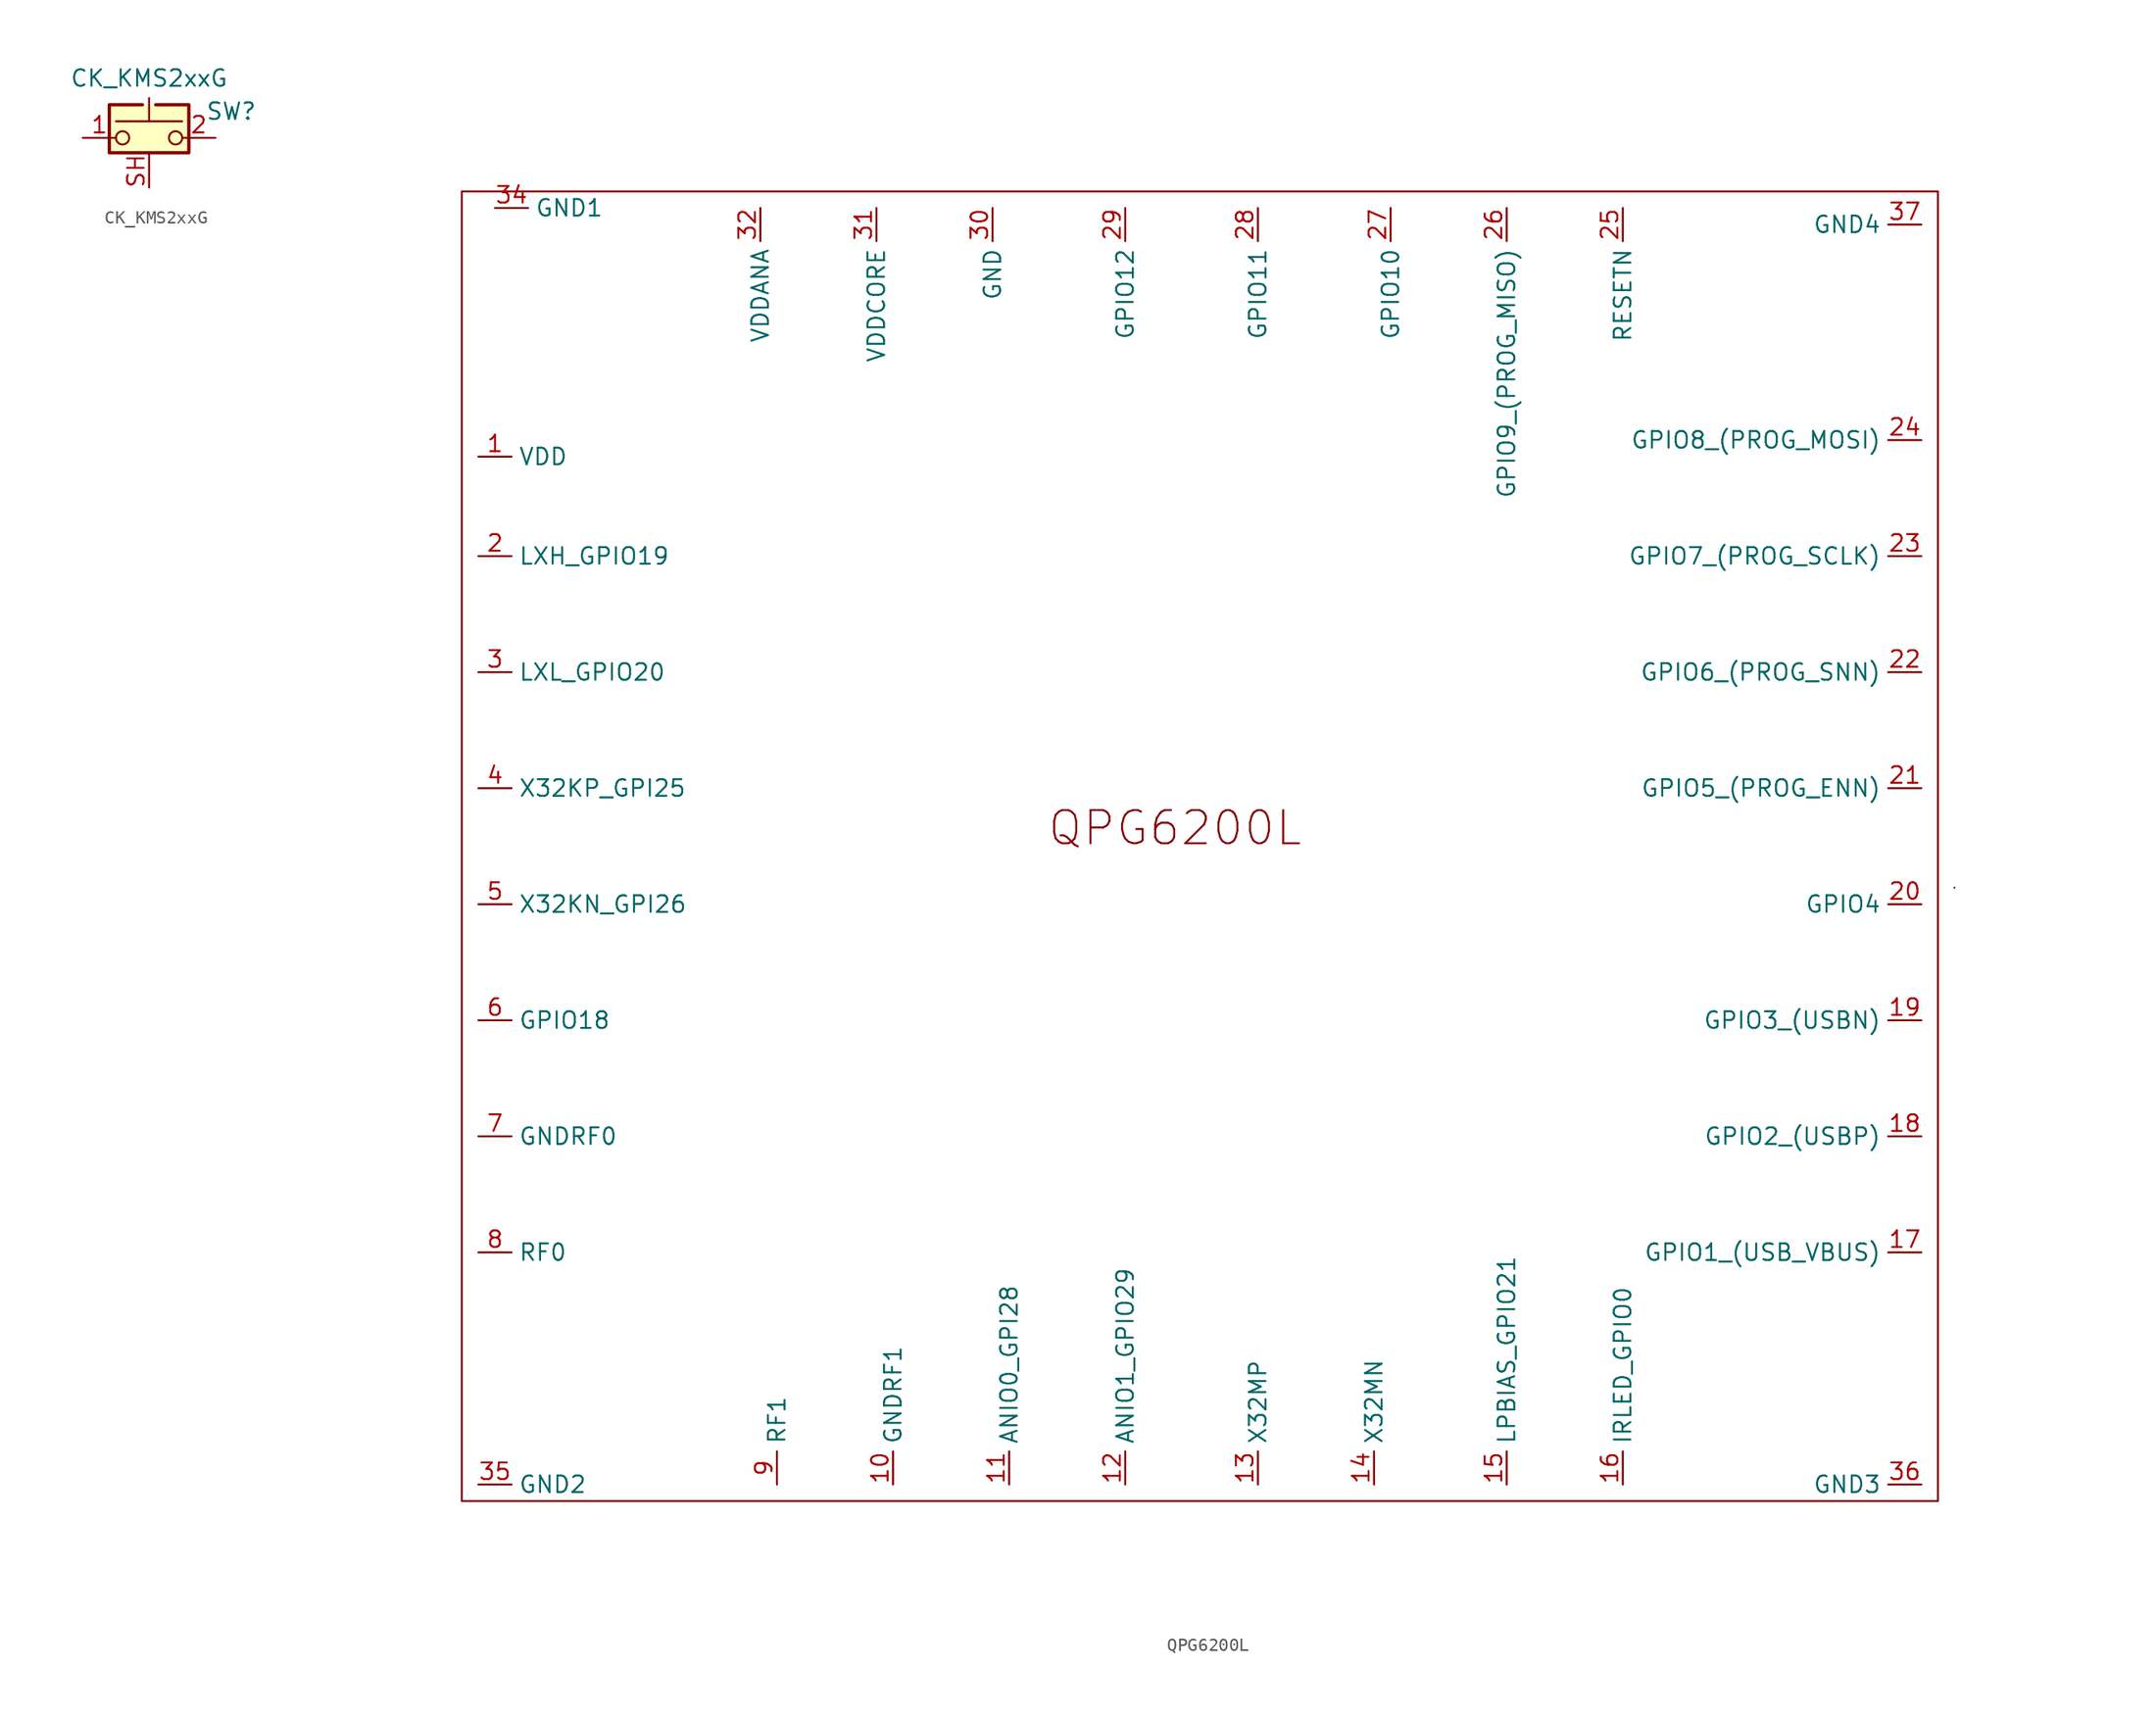
<source format=kicad_sym>
(kicad_symbol_lib
  (version 20241209)
  (generator "kicad_symbol_editor")
  (generator_version "9.0")
  (symbol "CK_KMS2xxG"
    (pin_names
      (offset 1.016)
      (hide yes))
    (property "Reference" "SW"
      (at 4.318 2.032 0)
      (effects (font (size 1.27 1.27)) (justify left)))
    (property "Value" "CK_KMS2xxG"
      (at 0 4.572 0)
      (effects (font (size 1.27 1.27))))
    (symbol "CK_KMS2xxG_0_1"
      (circle (center -2.032 0) (radius 0.508) (stroke (width 0) (type default)) (fill (type none)))
      (polyline (pts (xy 0 1.27) (xy 0 3.048)) (stroke (width 0) (type default)) (fill (type none)))
      (polyline (pts (xy 0.508 2.54) (xy 3.048 2.54) (xy 3.048 -1.143) (xy -3.048 -1.143) (xy -3.048 2.54) (xy -0.508 2.54)) (stroke (width -0.025) (type default)) (fill (type none)))
      (polyline (pts (xy 0.508 2.54) (xy 3.048 2.54) (xy 3.048 -1.143) (xy -3.048 -1.143) (xy -3.048 2.54) (xy -0.508 2.54)) (stroke (width 0.254) (type default)) (fill (type none)))
      (circle (center 2.032 0) (radius 0.508) (stroke (width 0) (type default)) (fill (type none)))
      (polyline (pts (xy 2.54 1.27) (xy -2.54 1.27)) (stroke (width 0) (type default)) (fill (type none)))
      (pin passive line (at -5.08 0 0) (length 2.54) (name "1" (effects (font (size 1.27 1.27)))) (number "1" (effects (font (size 1.27 1.27)))))
      (pin passive line (at 5.08 0 180) (length 2.54) (name "2" (effects (font (size 1.27 1.27)))) (number "2" (effects (font (size 1.27 1.27))))))
    (symbol "CK_KMS2xxG_1_1"
      (rectangle (start -3.048 2.54) (end 3.048 -1.27) (stroke (width -0.025) (type default)) (fill (type background)))
      (pin passive line (at 0 -3.81 90) (length 2.54) (name "B" (effects (font (size 1.27 1.27)))) (number "SH" (effects (font (size 1.27 1.27)))))))
  (symbol "QPG6200L"
    (property "Reference" "U"
      (at -34.29 -1.27 0)
      (effects (font (size 1.27 1.27)) (hide yes)))
    (property "Value" ""
      (at 0 0 0)
      (effects (font (size 1.27 1.27))))
    (symbol "QPG6200L_0_1"
      (rectangle (start -16.51 54.61) (end 96.52 -45.72) (stroke (width 0) (type default)) (fill (type none)))
      (rectangle (start 97.79 1.27) (end 97.79 1.27) (stroke (width 0) (type default)) (fill (type none))))
    (symbol "QPG6200L_1_1"
      (text "QPG6200L" (at 38.1 5.842 0) (effects (font (size 2.54 2.54))))
      (pin power_in line (at -15.24 34.29 0) (length 2.54) (name "VDD" (effects (font (size 1.27 1.27)))) (number "1" (effects (font (size 1.27 1.27)))))
      (pin bidirectional line (at -15.24 26.67 0) (length 2.54) (name "LXH_GPIO19" (effects (font (size 1.27 1.27)))) (number "2" (effects (font (size 1.27 1.27)))))
      (pin bidirectional line (at -15.24 17.78 0) (length 2.54) (name "LXL_GPIO20" (effects (font (size 1.27 1.27)))) (number "3" (effects (font (size 1.27 1.27)))))
      (pin input line (at -15.24 8.89 0) (length 2.54) (name "X32KP_GPI25" (effects (font (size 1.27 1.27)))) (number "4" (effects (font (size 1.27 1.27)))))
      (pin input line (at -15.24 0 0) (length 2.54) (name "X32KN_GPI26" (effects (font (size 1.27 1.27)))) (number "5" (effects (font (size 1.27 1.27)))))
      (pin bidirectional line (at -15.24 -8.89 0) (length 2.54) (name "GPIO18" (effects (font (size 1.27 1.27)))) (number "6" (effects (font (size 1.27 1.27)))))
      (pin bidirectional line (at -15.24 -17.78 0) (length 2.54) (name "GNDRF0" (effects (font (size 1.27 1.27)))) (number "7" (effects (font (size 1.27 1.27)))))
      (pin bidirectional line (at -15.24 -26.67 0) (length 2.54) (name "RF0" (effects (font (size 1.27 1.27)))) (number "8" (effects (font (size 1.27 1.27)))))
      (pin bidirectional line (at -15.24 -44.45 0) (length 2.54) (name "GND2" (effects (font (size 1.27 1.27)))) (number "35" (effects (font (size 1.27 1.27)))))
      (pin bidirectional line (at -13.97 53.34 0) (length 2.54) (name "GND1" (effects (font (size 1.27 1.27)))) (number "34" (effects (font (size 1.27 1.27)))))
      (pin bidirectional line (at 6.35 53.34 270) (length 2.54) (name "VDDANA" (effects (font (size 1.27 1.27)))) (number "32" (effects (font (size 1.27 1.27)))))
      (pin bidirectional line (at 7.62 -44.45 90) (length 2.54) (name "RF1" (effects (font (size 1.27 1.27)))) (number "9" (effects (font (size 1.27 1.27)))))
      (pin bidirectional line (at 15.24 53.34 270) (length 2.54) (name "VDDCORE" (effects (font (size 1.27 1.27)))) (number "31" (effects (font (size 1.27 1.27)))))
      (pin bidirectional line (at 16.51 -44.45 90) (length 2.54) (name "GNDRF1" (effects (font (size 1.27 1.27)))) (number "10" (effects (font (size 1.27 1.27)))))
      (pin bidirectional line (at 24.13 53.34 270) (length 2.54) (name "GND" (effects (font (size 1.27 1.27)))) (number "30" (effects (font (size 1.27 1.27)))))
      (pin bidirectional line (at 25.4 -44.45 90) (length 2.54) (name "ANIO0_GPI28" (effects (font (size 1.27 1.27)))) (number "11" (effects (font (size 1.27 1.27)))))
      (pin bidirectional line (at 34.29 53.34 270) (length 2.54) (name "GPIO12" (effects (font (size 1.27 1.27)))) (number "29" (effects (font (size 1.27 1.27)))))
      (pin bidirectional line (at 34.29 -44.45 90) (length 2.54) (name "ANIO1_GPIO29" (effects (font (size 1.27 1.27)))) (number "12" (effects (font (size 1.27 1.27)))))
      (pin bidirectional line (at 44.45 53.34 270) (length 2.54) (name "GPIO11" (effects (font (size 1.27 1.27)))) (number "28" (effects (font (size 1.27 1.27)))))
      (pin input line (at 44.45 -44.45 90) (length 2.54) (name "X32MP" (effects (font (size 1.27 1.27)))) (number "13" (effects (font (size 1.27 1.27)))))
      (pin input line (at 53.34 -44.45 90) (length 2.54) (name "X32MN" (effects (font (size 1.27 1.27)))) (number "14" (effects (font (size 1.27 1.27)))))
      (pin bidirectional line (at 54.61 53.34 270) (length 2.54) (name "GPIO10" (effects (font (size 1.27 1.27)))) (number "27" (effects (font (size 1.27 1.27)))))
      (pin bidirectional line (at 63.5 53.34 270) (length 2.54) (name "GPIO9_(PROG_MISO)" (effects (font (size 1.27 1.27)))) (number "26" (effects (font (size 1.27 1.27)))))
      (pin bidirectional line (at 63.5 -44.45 90) (length 2.54) (name "LPBIAS_GPIO21" (effects (font (size 1.27 1.27)))) (number "15" (effects (font (size 1.27 1.27)))))
      (pin bidirectional line (at 72.39 53.34 270) (length 2.54) (name "RESETN" (effects (font (size 1.27 1.27)))) (number "25" (effects (font (size 1.27 1.27)))))
      (pin bidirectional line (at 72.39 -44.45 90) (length 2.54) (name "IRLED_GPIO0" (effects (font (size 1.27 1.27)))) (number "16" (effects (font (size 1.27 1.27)))))
      (pin bidirectional line (at 95.25 52.07 180) (length 2.54) (name "GND4" (effects (font (size 1.27 1.27)))) (number "37" (effects (font (size 1.27 1.27)))))
      (pin bidirectional line (at 95.25 35.56 180) (length 2.54) (name "GPIO8_(PROG_MOSI)" (effects (font (size 1.27 1.27)))) (number "24" (effects (font (size 1.27 1.27)))))
      (pin bidirectional line (at 95.25 26.67 180) (length 2.54) (name "GPIO7_(PROG_SCLK)" (effects (font (size 1.27 1.27)))) (number "23" (effects (font (size 1.27 1.27)))))
      (pin bidirectional line (at 95.25 17.78 180) (length 2.54) (name "GPIO6_(PROG_SNN)" (effects (font (size 1.27 1.27)))) (number "22" (effects (font (size 1.27 1.27)))))
      (pin bidirectional line (at 95.25 8.89 180) (length 2.54) (name "GPIO5_(PROG_ENN)" (effects (font (size 1.27 1.27)))) (number "21" (effects (font (size 1.27 1.27)))))
      (pin bidirectional line (at 95.25 0 180) (length 2.54) (name "GPIO4" (effects (font (size 1.27 1.27)))) (number "20" (effects (font (size 1.27 1.27)))))
      (pin bidirectional line (at 95.25 -8.89 180) (length 2.54) (name "GPIO3_(USBN)" (effects (font (size 1.27 1.27)))) (number "19" (effects (font (size 1.27 1.27)))))
      (pin bidirectional line (at 95.25 -17.78 180) (length 2.54) (name "GPIO2_(USBP)" (effects (font (size 1.27 1.27)))) (number "18" (effects (font (size 1.27 1.27)))))
      (pin bidirectional line (at 95.25 -26.67 180) (length 2.54) (name "GPIO1_(USB_VBUS)" (effects (font (size 1.27 1.27)))) (number "17" (effects (font (size 1.27 1.27)))))
      (pin bidirectional line (at 95.25 -44.45 180) (length 2.54) (name "GND3" (effects (font (size 1.27 1.27)))) (number "36" (effects (font (size 1.27 1.27))))))))
</source>
